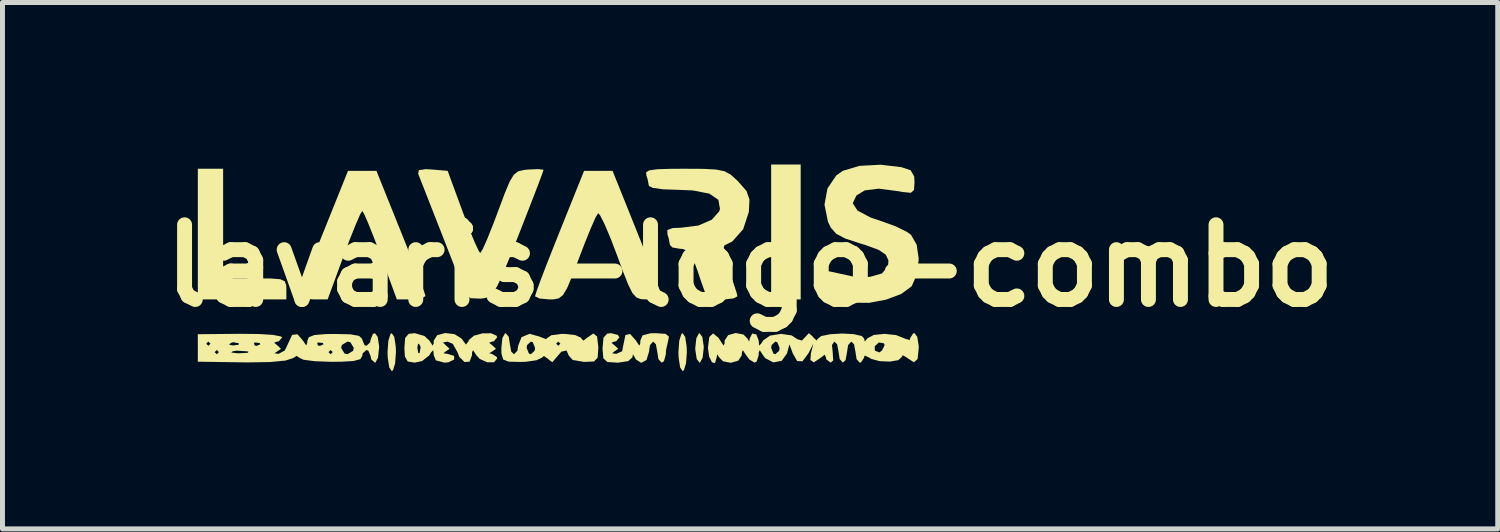
<source format=kicad_pcb>
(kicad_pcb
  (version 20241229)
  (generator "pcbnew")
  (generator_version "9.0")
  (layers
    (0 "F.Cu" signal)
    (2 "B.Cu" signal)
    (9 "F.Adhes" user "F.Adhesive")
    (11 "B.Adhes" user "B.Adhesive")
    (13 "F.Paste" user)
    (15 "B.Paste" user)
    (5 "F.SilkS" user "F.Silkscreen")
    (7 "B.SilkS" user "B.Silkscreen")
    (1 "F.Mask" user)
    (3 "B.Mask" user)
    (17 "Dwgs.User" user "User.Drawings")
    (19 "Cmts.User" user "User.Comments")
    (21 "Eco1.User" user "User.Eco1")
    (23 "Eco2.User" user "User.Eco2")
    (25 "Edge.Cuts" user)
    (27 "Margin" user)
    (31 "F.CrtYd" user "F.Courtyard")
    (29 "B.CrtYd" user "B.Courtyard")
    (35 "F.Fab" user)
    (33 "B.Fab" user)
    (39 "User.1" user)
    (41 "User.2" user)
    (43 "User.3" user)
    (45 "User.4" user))
  (footprint "lavaris-logo-combo"
    (layer "F.Cu")
    (at 12.014 2.286)
    (property "Reference" "lavaris-logo-combo" (at 0 0 0) (layer "F.SilkS") (effects (font (size 1.5 1.5) (thickness 0.3))))
    (attr board_only exclude_from_pos_files exclude_from_bom)
    (fp_poly (pts (xy 10.622 -1.782) (xy 11.12 -1.278) (xy 10.757 -0.872) (xy 10.576 -0.666) (xy 10.429 -0.505) (xy 10.294 -0.383) (xy 10.148 -0.294) (xy 9.967 -0.234) (xy 9.731 -0.196) (xy 9.415 -0.177) (xy 8.998 -0.169) (xy 8.456 -0.168) (xy 7.78 -0.169) (xy 5.503 -0.169) (xy 5.503 -0.426) (xy 5.581 -0.873) (xy 5.794 -1.315) (xy 6.112 -1.71) (xy 6.507 -2.015) (xy 6.636 -2.083) (xy 6.802 -2.155) (xy 6.962 -2.208) (xy 7.145 -2.244) (xy 7.383 -2.267) (xy 7.706 -2.279) (xy 8.143 -2.284) (xy 8.596 -2.285) (xy 10.123 -2.286)) (stroke (width 0) (type solid)) (fill yes) (layer "F.Mask"))
    (fp_poly (pts (xy 9.703 0.516) (xy 9.529 1.091) (xy 9.21 1.588) (xy 8.762 1.987) (xy 8.534 2.122) (xy 8.413 2.177) (xy 8.275 2.219) (xy 8.094 2.248) (xy 7.846 2.268) (xy 7.505 2.279) (xy 7.045 2.285) (xy 6.442 2.286) (xy 6.419 2.286) (xy 4.619 2.286) (xy 5.149 1.751) (xy 5.679 1.217) (xy 5.168 0.758) (xy 4.93 0.537) (xy 4.752 0.357) (xy 4.662 0.248) (xy 4.657 0.234) (xy 4.738 0.218) (xy 4.968 0.203) (xy 5.326 0.19) (xy 5.791 0.18) (xy 6.343 0.173) (xy 6.961 0.17) (xy 7.207 0.169) (xy 9.758 0.169)) (stroke (width 0) (type solid)) (fill yes) (layer "F.Mask"))
    (fp_poly (pts (xy 1.016 -0.677) (xy 1.016 0.677) (xy 0.72 0.677) (xy 0.423 0.677) (xy 0.423 -0.677) (xy 0.423 -2.032) (xy 0.72 -2.032) (xy 1.016 -2.032)) (stroke (width 0) (type solid)) (fill yes) (layer "F.SilkS"))
    (fp_poly (pts (xy -7.146 1.43) (xy -7.116 1.622) (xy -7.112 1.736) (xy -7.129 1.963) (xy -7.171 2.099) (xy -7.197 2.117) (xy -7.247 2.041) (xy -7.277 1.85) (xy -7.281 1.736) (xy -7.265 1.508) (xy -7.222 1.372) (xy -7.197 1.355)) (stroke (width 0) (type solid)) (fill yes) (layer "F.SilkS"))
    (fp_poly (pts (xy -1.304 1.43) (xy -1.274 1.622) (xy -1.27 1.736) (xy -1.287 1.963) (xy -1.329 2.099) (xy -1.355 2.117) (xy -1.405 2.041) (xy -1.435 1.85) (xy -1.439 1.736) (xy -1.423 1.508) (xy -1.38 1.372) (xy -1.355 1.355)) (stroke (width 0) (type solid)) (fill yes) (layer "F.SilkS"))
    (fp_poly (pts (xy -0.96 1.429) (xy -0.932 1.612) (xy -0.931 1.651) (xy -0.953 1.847) (xy -1.005 1.945) (xy -1.016 1.947) (xy -1.072 1.873) (xy -1.1 1.69) (xy -1.101 1.651) (xy -1.079 1.455) (xy -1.027 1.357) (xy -1.016 1.355)) (stroke (width 0) (type solid)) (fill yes) (layer "F.SilkS"))
    (fp_poly (pts (xy -10.583 -0.847) (xy -10.583 0.254) (xy -9.948 0.254) (xy -9.625 0.257) (xy -9.436 0.272) (xy -9.345 0.313) (xy -9.316 0.391) (xy -9.313 0.466) (xy -9.313 0.677) (xy -10.202 0.677) (xy -11.091 0.677) (xy -11.091 -0.635) (xy -11.091 -1.947) (xy -10.837 -1.947) (xy -10.583 -1.947)) (stroke (width 0) (type solid)) (fill yes) (layer "F.SilkS"))
    (fp_poly (pts (xy -7.012 -0.681) (xy -6.842 -0.257) (xy -6.698 0.113) (xy -6.59 0.399) (xy -6.529 0.572) (xy -6.519 0.61) (xy -6.594 0.655) (xy -6.776 0.677) (xy -6.807 0.677) (xy -7.094 0.677) (xy -7.421 -0.211) (xy -7.555 -0.566) (xy -7.67 -0.854) (xy -7.753 -1.042) (xy -7.789 -1.1) (xy -7.834 -1.025) (xy -7.921 -0.823) (xy -8.04 -0.526) (xy -8.158 -0.211) (xy -8.484 0.677) (xy -8.772 0.677) (xy -8.964 0.66) (xy -9.058 0.617) (xy -9.059 0.61) (xy -9.029 0.512) (xy -8.946 0.285) (xy -8.821 -0.041) (xy -8.665 -0.438) (xy -8.567 -0.681) (xy -8.075 -1.905) (xy -7.789 -1.905) (xy -7.504 -1.905)) (stroke (width 0) (type solid)) (fill yes) (layer "F.SilkS"))
    (fp_poly (pts (xy -2.27 -0.681) (xy -2.101 -0.257) (xy -1.957 0.113) (xy -1.849 0.399) (xy -1.788 0.572) (xy -1.778 0.61) (xy -1.852 0.655) (xy -2.034 0.677) (xy -2.063 0.677) (xy -2.188 0.673) (xy -2.281 0.64) (xy -2.362 0.552) (xy -2.447 0.382) (xy -2.558 0.101) (xy -2.671 -0.207) (xy -2.805 -0.557) (xy -2.923 -0.835) (xy -3.011 -1.01) (xy -3.052 -1.056) (xy -3.104 -0.966) (xy -3.199 -0.752) (xy -3.322 -0.448) (xy -3.428 -0.171) (xy -3.571 0.203) (xy -3.673 0.447) (xy -3.757 0.589) (xy -3.841 0.656) (xy -3.946 0.676) (xy -4.032 0.677) (xy -4.224 0.66) (xy -4.316 0.617) (xy -4.318 0.61) (xy -4.288 0.512) (xy -4.205 0.285) (xy -4.08 -0.041) (xy -3.923 -0.438) (xy -3.826 -0.681) (xy -3.334 -1.905) (xy -3.048 -1.905) (xy -2.762 -1.905)) (stroke (width 0) (type solid)) (fill yes) (layer "F.SilkS"))
    (fp_poly (pts (xy -4.153 -1.928) (xy -4.149 -1.923) (xy -4.178 -1.836) (xy -4.259 -1.619) (xy -4.382 -1.3) (xy -4.536 -0.905) (xy -4.645 -0.626) (xy -4.832 -0.155) (xy -4.972 0.183) (xy -5.078 0.409) (xy -5.164 0.547) (xy -5.243 0.62) (xy -5.331 0.651) (xy -5.407 0.662) (xy -5.612 0.653) (xy -5.723 0.551) (xy -5.75 0.492) (xy -5.809 0.34) (xy -5.916 0.068) (xy -6.055 -0.287) (xy -6.211 -0.687) (xy -6.224 -0.72) (xy -6.378 -1.112) (xy -6.511 -1.452) (xy -6.611 -1.706) (xy -6.664 -1.841) (xy -6.666 -1.847) (xy -6.652 -1.919) (xy -6.51 -1.939) (xy -6.393 -1.932) (xy -6.074 -1.905) (xy -5.77 -1.079) (xy -5.641 -0.738) (xy -5.529 -0.466) (xy -5.449 -0.295) (xy -5.419 -0.254) (xy -5.372 -0.328) (xy -5.282 -0.529) (xy -5.164 -0.823) (xy -5.067 -1.079) (xy -4.929 -1.449) (xy -4.829 -1.688) (xy -4.745 -1.827) (xy -4.656 -1.896) (xy -4.54 -1.923) (xy -4.456 -1.931) (xy -4.256 -1.94)) (stroke (width 0) (type solid)) (fill yes) (layer "F.SilkS"))
    (fp_poly (pts (xy -1.696 1.369) (xy -1.63 1.425) (xy -1.642 1.489) (xy -1.687 1.691) (xy -1.693 1.785) (xy -1.73 1.919) (xy -1.778 1.947) (xy -1.842 1.875) (xy -1.863 1.736) (xy -1.892 1.577) (xy -1.947 1.524) (xy -2.011 1.596) (xy -2.032 1.736) (xy -2.081 1.895) (xy -2.188 1.951) (xy -2.295 1.881) (xy -2.315 1.841) (xy -2.353 1.779) (xy -2.364 1.841) (xy -2.446 1.916) (xy -2.652 1.947) (xy -2.667 1.947) (xy -2.866 1.934) (xy -2.947 1.86) (xy -2.963 1.674) (xy -2.963 1.651) (xy -2.944 1.447) (xy -2.87 1.364) (xy -2.794 1.355) (xy -2.656 1.39) (xy -2.625 1.439) (xy -2.692 1.519) (xy -2.731 1.525) (xy -2.785 1.548) (xy -2.721 1.6) (xy -2.648 1.669) (xy -2.721 1.719) (xy -2.771 1.758) (xy -2.688 1.771) (xy -2.57 1.718) (xy -2.54 1.566) (xy -2.503 1.392) (xy -2.409 1.371) (xy -2.293 1.503) (xy -2.225 1.606) (xy -2.206 1.561) (xy -2.204 1.503) (xy -2.159 1.399) (xy -2.002 1.358) (xy -1.896 1.355)) (stroke (width 0) (type solid)) (fill yes) (layer "F.SilkS"))
    (fp_poly (pts (xy 3.037 -1.979) (xy 3.225 -1.916) (xy 3.295 -1.793) (xy 3.302 -1.679) (xy 3.292 -1.52) (xy 3.228 -1.464) (xy 3.062 -1.48) (xy 2.985 -1.495) (xy 2.584 -1.547) (xy 2.304 -1.513) (xy 2.135 -1.41) (xy 2.062 -1.255) (xy 2.157 -1.107) (xy 2.421 -0.967) (xy 2.649 -0.89) (xy 2.927 -0.789) (xy 3.155 -0.676) (xy 3.231 -0.622) (xy 3.346 -0.42) (xy 3.387 -0.135) (xy 3.355 0.163) (xy 3.248 0.407) (xy 3.239 0.418) (xy 3.035 0.568) (xy 2.73 0.682) (xy 2.39 0.746) (xy 2.084 0.743) (xy 1.99 0.72) (xy 1.849 0.682) (xy 1.672 0.641) (xy 1.504 0.572) (xy 1.444 0.43) (xy 1.439 0.327) (xy 1.454 0.149) (xy 1.524 0.1) (xy 1.63 0.122) (xy 2.057 0.215) (xy 2.403 0.225) (xy 2.648 0.156) (xy 2.771 0.011) (xy 2.778 -0.107) (xy 2.725 -0.221) (xy 2.583 -0.317) (xy 2.317 -0.415) (xy 2.216 -0.445) (xy 1.914 -0.544) (xy 1.731 -0.64) (xy 1.621 -0.764) (xy 1.564 -0.882) (xy 1.494 -1.226) (xy 1.554 -1.552) (xy 1.731 -1.813) (xy 1.862 -1.905) (xy 2.196 -2.005) (xy 2.623 -2.028)) (stroke (width 0) (type solid)) (fill yes) (layer "F.SilkS"))
    (fp_poly (pts (xy -0.934 -1.945) (xy -0.681 -1.931) (xy -0.514 -1.897) (xy -0.391 -1.83) (xy -0.271 -1.723) (xy -0.237 -1.689) (xy -0.072 -1.5) (xy -0.012 -1.328) (xy -0.025 -1.085) (xy -0.026 -1.076) (xy -0.139 -0.732) (xy -0.357 -0.487) (xy -0.516 -0.407) (xy -0.543 -0.312) (xy -0.491 -0.085) (xy -0.43 0.087) (xy -0.335 0.347) (xy -0.271 0.541) (xy -0.254 0.614) (xy -0.328 0.656) (xy -0.511 0.677) (xy -0.545 0.677) (xy -0.751 0.661) (xy -0.868 0.62) (xy -0.873 0.614) (xy -0.917 0.503) (xy -0.994 0.287) (xy -1.054 0.106) (xy -1.151 -0.156) (xy -1.242 -0.291) (xy -1.358 -0.337) (xy -1.404 -0.339) (xy -1.56 -0.366) (xy -1.609 -0.416) (xy -1.637 -0.558) (xy -1.66 -0.628) (xy -1.662 -0.716) (xy -1.553 -0.756) (xy -1.385 -0.763) (xy -1.038 -0.807) (xy -0.77 -0.923) (xy -0.62 -1.092) (xy -0.605 -1.14) (xy -0.637 -1.323) (xy -0.818 -1.447) (xy -1.153 -1.512) (xy -1.456 -1.524) (xy -1.743 -1.534) (xy -1.95 -1.562) (xy -2.032 -1.6) (xy -2.032 -1.602) (xy -2.06 -1.744) (xy -2.083 -1.813) (xy -2.088 -1.876) (xy -2.024 -1.915) (xy -1.865 -1.937) (xy -1.582 -1.946) (xy -1.315 -1.947)) (stroke (width 0) (type solid)) (fill yes) (layer "F.SilkS"))
    (fp_poly (pts (xy -4.847 1.427) (xy -4.826 1.566) (xy -4.797 1.725) (xy -4.741 1.778) (xy -4.673 1.707) (xy -4.664 1.651) (xy -4.487 1.651) (xy -4.442 1.764) (xy -4.403 1.778) (xy -4.328 1.709) (xy -4.318 1.651) (xy -4.352 1.566) (xy -3.895 1.566) (xy -3.852 1.609) (xy -3.81 1.566) (xy -3.852 1.524) (xy -3.895 1.566) (xy -4.352 1.566) (xy -4.364 1.538) (xy -4.403 1.524) (xy -4.478 1.593) (xy -4.487 1.651) (xy -4.664 1.651) (xy -4.657 1.606) (xy -4.591 1.436) (xy -4.43 1.368) (xy -4.226 1.424) (xy -4.222 1.427) (xy -4.1 1.474) (xy -4.064 1.445) (xy -3.989 1.396) (xy -3.801 1.371) (xy -3.725 1.37) (xy -3.513 1.393) (xy -3.395 1.446) (xy -3.387 1.466) (xy -3.347 1.505) (xy -3.285 1.456) (xy -3.15 1.362) (xy -3.073 1.42) (xy -3.048 1.634) (xy -3.048 1.648) (xy -3.061 1.845) (xy -3.133 1.923) (xy -3.316 1.932) (xy -3.344 1.931) (xy -3.562 1.893) (xy -3.641 1.807) (xy -3.641 1.807) (xy -3.686 1.703) (xy -3.789 1.726) (xy -3.889 1.841) (xy -3.972 1.938) (xy -4.046 1.884) (xy -4.052 1.875) (xy -4.141 1.813) (xy -4.181 1.847) (xy -4.291 1.899) (xy -4.507 1.93) (xy -4.615 1.933) (xy -4.849 1.927) (xy -4.959 1.884) (xy -4.993 1.769) (xy -4.995 1.644) (xy -4.974 1.451) (xy -4.92 1.357) (xy -4.911 1.355)) (stroke (width 0) (type solid)) (fill yes) (layer "F.SilkS"))
    (fp_poly (pts (xy -5.936 1.375) (xy -5.793 1.464) (xy -5.774 1.491) (xy -5.707 1.584) (xy -5.659 1.524) (xy -5.646 1.491) (xy -5.547 1.406) (xy -5.377 1.359) (xy -5.202 1.357) (xy -5.091 1.406) (xy -5.08 1.439) (xy -5.147 1.519) (xy -5.186 1.525) (xy -5.24 1.548) (xy -5.176 1.6) (xy -5.103 1.669) (xy -5.176 1.719) (xy -5.239 1.76) (xy -5.186 1.771) (xy -5.087 1.831) (xy -5.08 1.863) (xy -5.141 1.939) (xy -5.28 1.939) (xy -5.428 1.873) (xy -5.497 1.799) (xy -5.564 1.696) (xy -5.584 1.741) (xy -5.585 1.799) (xy -5.633 1.927) (xy -5.735 1.934) (xy -5.839 1.833) (xy -5.877 1.736) (xy -5.971 1.569) (xy -6.076 1.525) (xy -6.169 1.542) (xy -6.108 1.6) (xy -6.035 1.669) (xy -6.108 1.719) (xy -6.158 1.758) (xy -6.075 1.771) (xy -5.943 1.812) (xy -5.943 1.884) (xy -6.059 1.94) (xy -6.138 1.947) (xy -6.311 1.901) (xy -6.353 1.799) (xy -6.362 1.696) (xy -6.407 1.741) (xy -6.441 1.799) (xy -6.587 1.915) (xy -6.735 1.947) (xy -6.876 1.924) (xy -6.933 1.823) (xy -6.943 1.651) (xy -6.942 1.644) (xy -6.682 1.644) (xy -6.666 1.754) (xy -6.638 1.755) (xy -6.617 1.642) (xy -6.631 1.593) (xy -6.668 1.561) (xy -6.682 1.644) (xy -6.942 1.644) (xy -6.927 1.45) (xy -6.855 1.368) (xy -6.735 1.355) (xy -6.541 1.411) (xy -6.441 1.503) (xy -6.374 1.606) (xy -6.354 1.561) (xy -6.353 1.503) (xy -6.283 1.395) (xy -6.122 1.352)) (stroke (width 0) (type solid)) (fill yes) (layer "F.SilkS"))
    (fp_poly (pts (xy -7.479 1.429) (xy -7.451 1.612) (xy -7.451 1.651) (xy -7.472 1.847) (xy -7.524 1.945) (xy -7.535 1.947) (xy -7.61 1.879) (xy -7.62 1.82) (xy -7.666 1.708) (xy -7.705 1.693) (xy -7.781 1.761) (xy -7.789 1.813) (xy -7.828 1.877) (xy -7.964 1.914) (xy -8.225 1.929) (xy -8.424 1.93) (xy -8.745 1.918) (xy -8.968 1.889) (xy -9.059 1.846) (xy -9.059 1.842) (xy -9.108 1.812) (xy -9.178 1.856) (xy -9.331 1.905) (xy -9.64 1.935) (xy -10.089 1.942) (xy -10.194 1.941) (xy -11.091 1.928) (xy -11.091 1.736) (xy -10.753 1.736) (xy -10.71 1.778) (xy -10.677 1.744) (xy -10.419 1.744) (xy -10.302 1.758) (xy -10.245 1.758) (xy -10.091 1.75) (xy -10.072 1.728) (xy -10.097 1.72) (xy -10.311 1.706) (xy -10.393 1.72) (xy -10.419 1.744) (xy -10.677 1.744) (xy -10.668 1.736) (xy -10.71 1.693) (xy -10.753 1.736) (xy -11.091 1.736) (xy -11.091 1.652) (xy -11.091 1.566) (xy -10.922 1.566) (xy -10.88 1.609) (xy -10.859 1.588) (xy -10.462 1.588) (xy -10.379 1.602) (xy -10.269 1.586) (xy -10.268 1.558) (xy -10.297 1.552) (xy -9.962 1.552) (xy -9.951 1.603) (xy -9.906 1.609) (xy -9.836 1.578) (xy -9.85 1.552) (xy -9.95 1.542) (xy -9.962 1.552) (xy -10.297 1.552) (xy -10.381 1.537) (xy -10.43 1.551) (xy -10.462 1.588) (xy -10.859 1.588) (xy -10.837 1.566) (xy -10.88 1.524) (xy -10.922 1.566) (xy -11.091 1.566) (xy -11.091 1.376) (xy -10.245 1.368) (xy -9.86 1.372) (xy -9.576 1.39) (xy -9.42 1.422) (xy -9.398 1.442) (xy -9.465 1.519) (xy -9.504 1.525) (xy -9.558 1.548) (xy -9.494 1.6) (xy -9.421 1.669) (xy -9.494 1.719) (xy -9.551 1.758) (xy -9.471 1.771) (xy -9.405 1.736) (xy -8.467 1.736) (xy -8.424 1.778) (xy -8.382 1.736) (xy -8.424 1.693) (xy -8.467 1.736) (xy -9.405 1.736) (xy -9.344 1.702) (xy -9.319 1.651) (xy -8.213 1.651) (xy -8.145 1.763) (xy -8.086 1.778) (xy -7.973 1.71) (xy -7.959 1.651) (xy -8.026 1.539) (xy -8.086 1.524) (xy -8.198 1.592) (xy -8.213 1.651) (xy -9.319 1.651) (xy -9.279 1.566) (xy -9.197 1.389) (xy -9.089 1.377) (xy -8.981 1.503) (xy -8.914 1.601) (xy -8.894 1.552) (xy -8.692 1.552) (xy -8.681 1.603) (xy -8.636 1.609) (xy -8.566 1.578) (xy -8.58 1.552) (xy -8.68 1.542) (xy -8.692 1.552) (xy -8.894 1.552) (xy -8.894 1.551) (xy -8.893 1.512) (xy -8.862 1.436) (xy -8.749 1.392) (xy -8.52 1.373) (xy -8.34 1.371) (xy -8.027 1.378) (xy -7.854 1.409) (xy -7.791 1.469) (xy -7.789 1.488) (xy -7.742 1.597) (xy -7.705 1.609) (xy -7.63 1.54) (xy -7.62 1.482) (xy -7.574 1.369) (xy -7.535 1.355)) (stroke (width 0) (type solid)) (fill yes) (layer "F.SilkS"))
    (fp_poly (pts (xy -0.133 1.382) (xy -0.056 1.46) (xy -0.018 1.523) (xy -0.007 1.46) (xy 0.043 1.362) (xy 0.126 1.381) (xy 0.172 1.501) (xy 0.172 1.503) (xy 0.182 1.605) (xy 0.227 1.56) (xy 0.261 1.502) (xy 0.402 1.404) (xy 0.62 1.369) (xy 0.834 1.4) (xy 0.953 1.478) (xy 1.04 1.503) (xy 1.101 1.439) (xy 1.181 1.355) (xy 1.257 1.422) (xy 1.269 1.439) (xy 1.337 1.504) (xy 1.353 1.474) (xy 1.428 1.413) (xy 1.612 1.376) (xy 1.848 1.362) (xy 2.076 1.374) (xy 2.241 1.411) (xy 2.287 1.458) (xy 2.304 1.523) (xy 2.357 1.458) (xy 2.484 1.391) (xy 2.701 1.369) (xy 2.934 1.394) (xy 3.11 1.464) (xy 3.111 1.465) (xy 3.204 1.494) (xy 3.217 1.45) (xy 3.276 1.359) (xy 3.302 1.355) (xy 3.358 1.429) (xy 3.386 1.612) (xy 3.387 1.651) (xy 3.364 1.874) (xy 3.291 1.94) (xy 3.159 1.855) (xy 3.15 1.846) (xy 3.063 1.797) (xy 3.048 1.833) (xy 2.976 1.897) (xy 2.805 1.926) (xy 2.601 1.917) (xy 2.431 1.871) (xy 2.394 1.847) (xy 2.302 1.803) (xy 2.286 1.852) (xy 2.227 1.943) (xy 2.201 1.947) (xy 2.138 1.875) (xy 2.117 1.736) (xy 2.095 1.618) (xy 2.503 1.618) (xy 2.506 1.707) (xy 2.596 1.742) (xy 2.65 1.702) (xy 2.702 1.594) (xy 2.688 1.559) (xy 2.586 1.542) (xy 2.503 1.618) (xy 2.095 1.618) (xy 2.088 1.577) (xy 2.032 1.524) (xy 1.968 1.596) (xy 1.947 1.736) (xy 1.918 1.895) (xy 1.863 1.947) (xy 1.799 1.875) (xy 1.778 1.736) (xy 1.748 1.577) (xy 1.692 1.524) (xy 1.644 1.594) (xy 1.659 1.736) (xy 1.669 1.902) (xy 1.618 1.947) (xy 1.53 1.881) (xy 1.524 1.846) (xy 1.499 1.787) (xy 1.422 1.846) (xy 1.28 1.942) (xy 1.211 1.893) (xy 1.222 1.757) (xy 1.271 1.566) (xy 1.173 1.757) (xy 1.052 1.92) (xy 0.945 1.915) (xy 0.858 1.763) (xy 0.79 1.579) (xy 0.741 1.763) (xy 0.635 1.91) (xy 0.466 1.942) (xy 0.303 1.856) (xy 0.261 1.799) (xy 0.193 1.696) (xy 0.174 1.741) (xy 0.172 1.799) (xy 0.132 1.925) (xy 0.089 1.947) (xy -0.015 1.883) (xy -0.078 1.799) (xy -0.146 1.696) (xy -0.165 1.741) (xy -0.167 1.799) (xy -0.236 1.907) (xy -0.387 1.95) (xy -0.544 1.92) (xy -0.621 1.841) (xy -0.66 1.779) (xy -0.671 1.841) (xy -0.705 1.956) (xy -0.765 1.941) (xy -0.822 1.828) (xy -0.847 1.651) (xy 0.423 1.651) (xy 0.469 1.764) (xy 0.508 1.778) (xy 0.583 1.709) (xy 0.593 1.651) (xy 0.547 1.538) (xy 0.508 1.524) (xy 0.433 1.593) (xy 0.423 1.651) (xy -0.847 1.651) (xy -0.819 1.431) (xy -0.743 1.36) (xy -0.634 1.448) (xy -0.599 1.503) (xy -0.532 1.606) (xy -0.512 1.561) (xy -0.511 1.503) (xy -0.441 1.395) (xy -0.29 1.352)) (stroke (width 0) (type solid)) (fill yes) (layer "F.SilkS")))
  (gr_rect
    (start -3 -3)
    (end 27.029 7.572)
    (stroke (width 0.1) (type default))
    (fill no)
    (layer "Edge.Cuts")))
</source>
